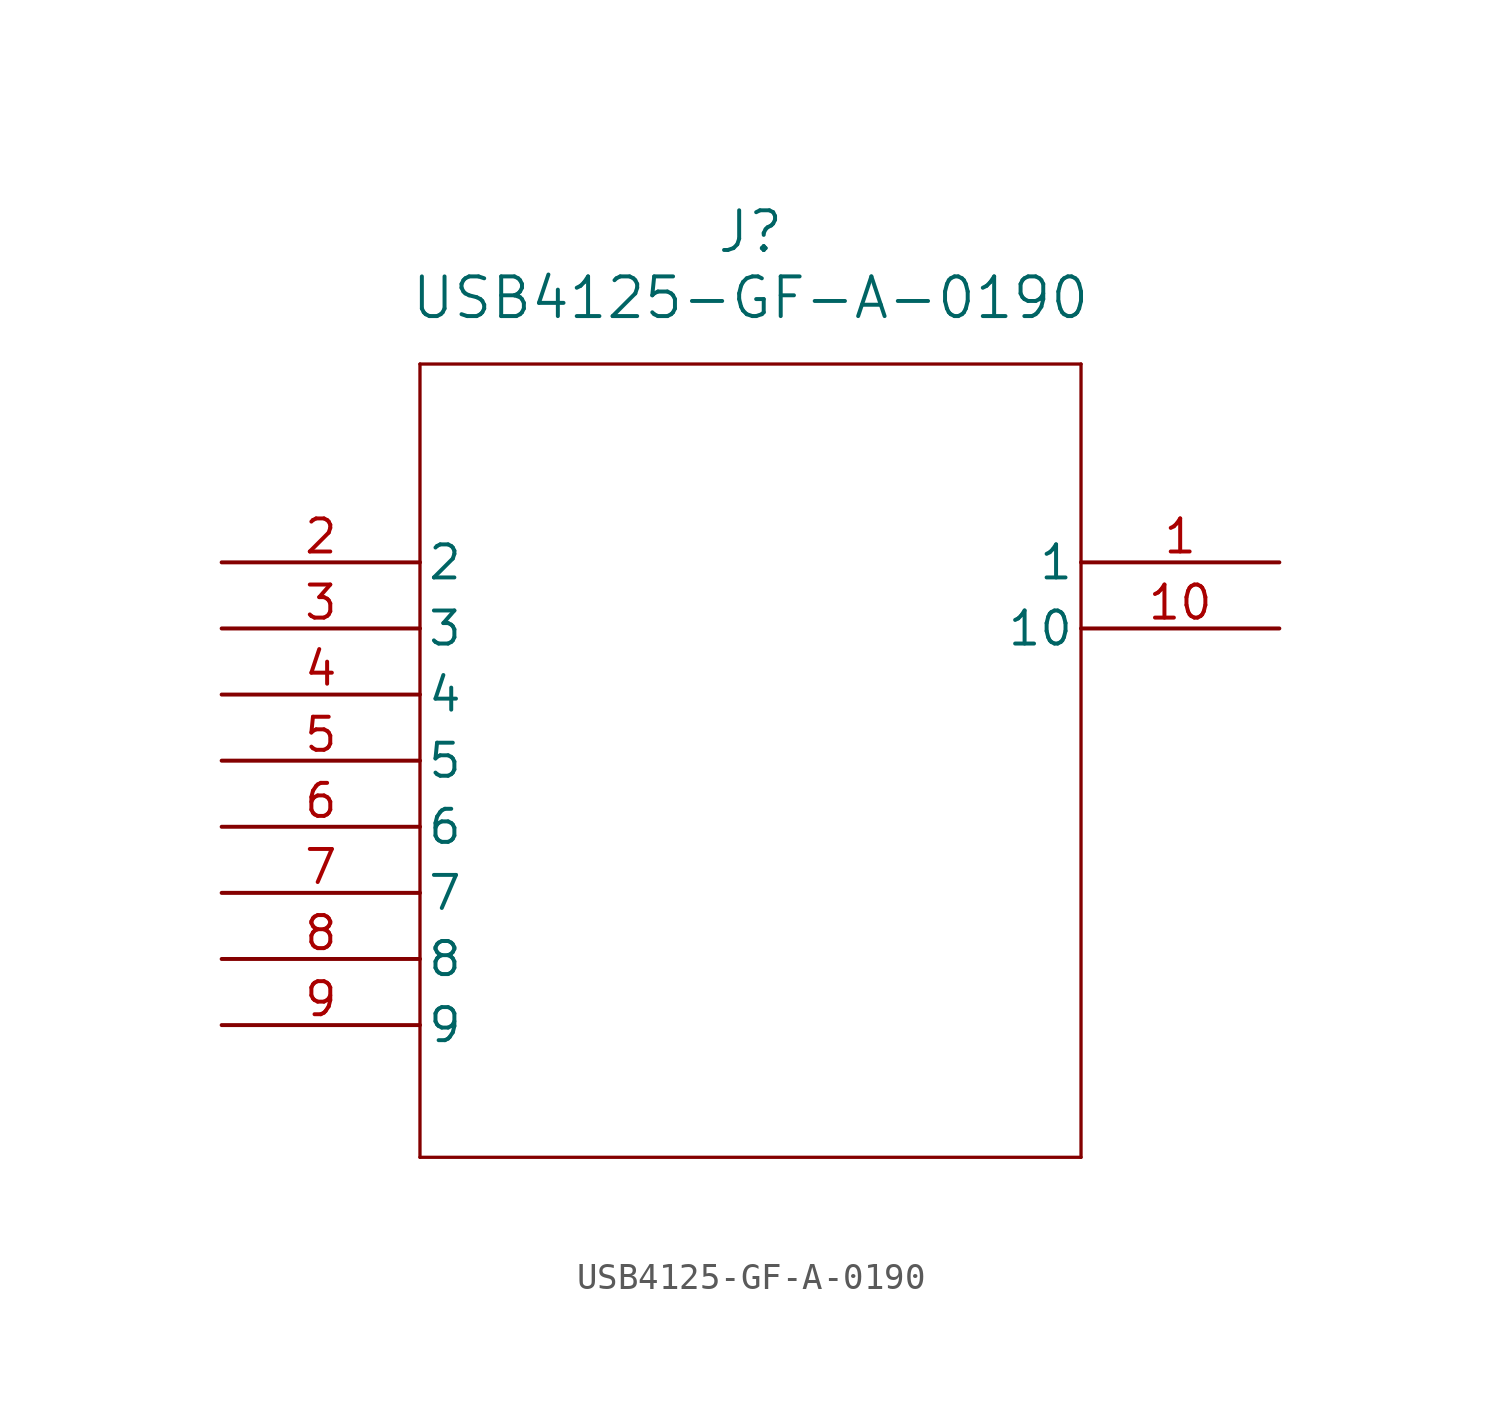
<source format=kicad_sym>
(kicad_symbol_lib
  (version 20211014)
  (generator kicad_symbol_editor)
  (symbol "USB4125-GF-A-0190"
    (pin_names
      (offset 0.254))
    (property "Reference" "J"
      (at 20.32 12.7 0)
      (effects (font (size 1.524 1.524))))
    (property "Value" "USB4125-GF-A-0190"
      (at 20.32 10.16 0)
      (effects (font (size 1.524 1.524))))
    (symbol "USB4125-GF-A-0190_0_1"
      (polyline (pts (xy 7.62 7.62) (xy 7.62 -22.86)) (stroke (width 0.127) (type default) (color 0 0 0 0)) (fill (type none)))
      (polyline (pts (xy 7.62 -22.86) (xy 33.02 -22.86)) (stroke (width 0.127) (type default) (color 0 0 0 0)) (fill (type none)))
      (polyline (pts (xy 33.02 -22.86) (xy 33.02 7.62)) (stroke (width 0.127) (type default) (color 0 0 0 0)) (fill (type none)))
      (polyline (pts (xy 33.02 7.62) (xy 7.62 7.62)) (stroke (width 0.127) (type default) (color 0 0 0 0)) (fill (type none)))
      (pin unspecified line (at 40.64 0 180) (length 7.62) (name "1" (effects (font (size 1.27 1.27)))) (number "1" (effects (font (size 1.27 1.27)))))
      (pin unspecified line (at 0 0 0) (length 7.62) (name "2" (effects (font (size 1.27 1.27)))) (number "2" (effects (font (size 1.27 1.27)))))
      (pin unspecified line (at 0 -2.54 0) (length 7.62) (name "3" (effects (font (size 1.27 1.27)))) (number "3" (effects (font (size 1.27 1.27)))))
      (pin unspecified line (at 0 -5.08 0) (length 7.62) (name "4" (effects (font (size 1.27 1.27)))) (number "4" (effects (font (size 1.27 1.27)))))
      (pin unspecified line (at 0 -7.62 0) (length 7.62) (name "5" (effects (font (size 1.27 1.27)))) (number "5" (effects (font (size 1.27 1.27)))))
      (pin unspecified line (at 0 -10.16 0) (length 7.62) (name "6" (effects (font (size 1.27 1.27)))) (number "6" (effects (font (size 1.27 1.27)))))
      (pin unspecified line (at 0 -15.24 0) (length 7.62) (name "8" (effects (font (size 1.27 1.27)))) (number "8" (effects (font (size 1.27 1.27)))))
      (pin unspecified line (at 0 -12.7 0) (length 7.62) (name "7" (effects (font (size 1.27 1.27)))) (number "7" (effects (font (size 1.27 1.27)))))
      (pin unspecified line (at 0 -17.78 0) (length 7.62) (name "9" (effects (font (size 1.27 1.27)))) (number "9" (effects (font (size 1.27 1.27)))))
      (pin unspecified line (at 40.64 -2.54 180) (length 7.62) (name "10" (effects (font (size 1.27 1.27)))) (number "10" (effects (font (size 1.27 1.27))))))))
</source>
